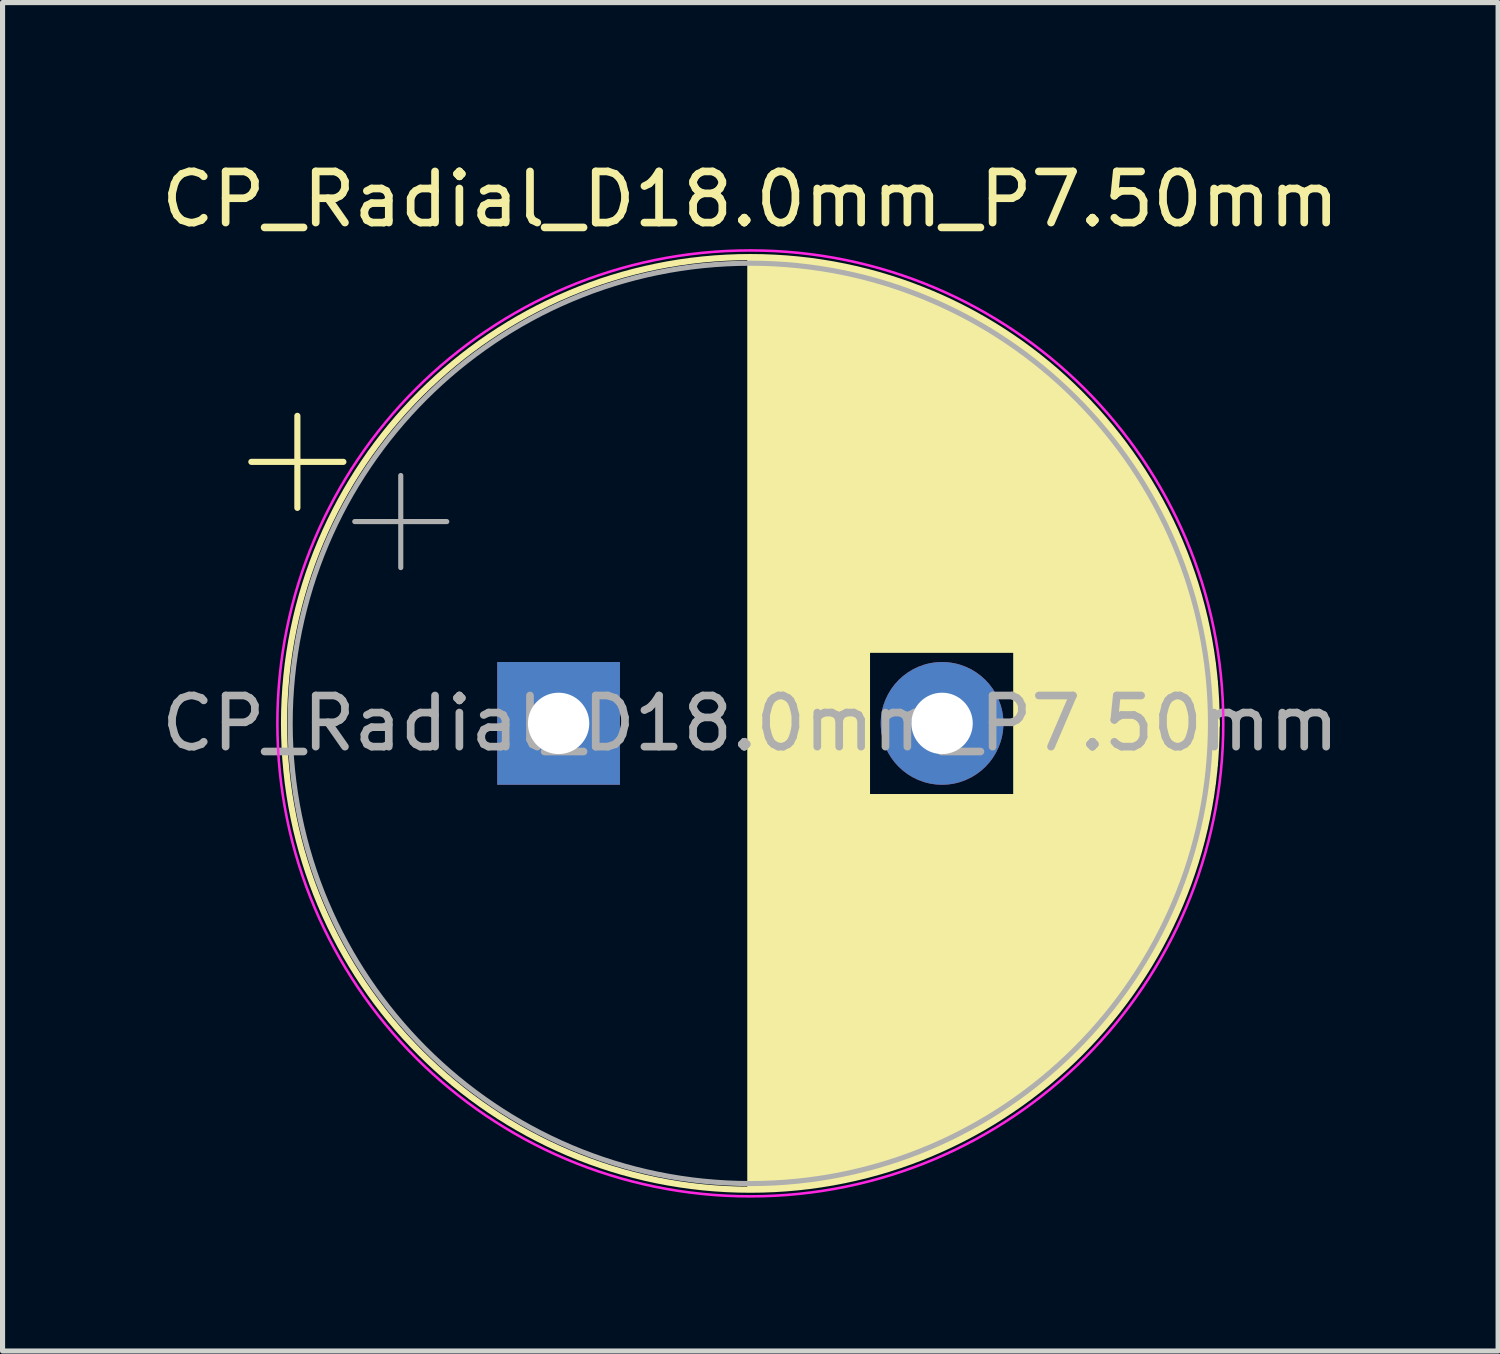
<source format=kicad_pcb>
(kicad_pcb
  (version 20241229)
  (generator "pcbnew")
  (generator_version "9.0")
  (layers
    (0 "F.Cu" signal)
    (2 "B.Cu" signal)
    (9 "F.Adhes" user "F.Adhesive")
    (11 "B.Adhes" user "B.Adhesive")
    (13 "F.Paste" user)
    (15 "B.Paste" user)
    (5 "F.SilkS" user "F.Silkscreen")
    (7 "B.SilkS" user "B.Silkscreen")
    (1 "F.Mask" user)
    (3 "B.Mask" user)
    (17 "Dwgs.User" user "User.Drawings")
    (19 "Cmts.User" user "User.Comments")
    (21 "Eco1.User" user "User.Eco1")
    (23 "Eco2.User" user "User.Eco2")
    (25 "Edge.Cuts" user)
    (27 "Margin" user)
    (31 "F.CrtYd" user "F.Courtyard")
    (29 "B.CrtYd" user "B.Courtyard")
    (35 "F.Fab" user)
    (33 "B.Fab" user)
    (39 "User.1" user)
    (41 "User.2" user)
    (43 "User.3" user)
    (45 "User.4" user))
  (footprint "CP_Radial_D18.0mm_P7.50mm"
    (layer "F.Cu")
    (at 7.875 11.098)
    (property "Reference" "CP_Radial_D18.0mm_P7.50mm" (at 3.75 -10.25 0) (layer "F.SilkS") (effects (font (size 1 1) (thickness 0.15))))
    (attr through_hole)
    (fp_line (start -6.009 -5.115) (end -4.209 -5.115) (stroke (width 0.12) (type solid)) (layer "F.SilkS"))
    (fp_line (start -5.109 -6.015) (end -5.109 -4.215) (stroke (width 0.12) (type solid)) (layer "F.SilkS"))
    (fp_line (start 3.75 -9.081) (end 3.75 9.081) (stroke (width 0.12) (type solid)) (layer "F.SilkS"))
    (fp_line (start 3.79 -9.08) (end 3.79 9.08) (stroke (width 0.12) (type solid)) (layer "F.SilkS"))
    (fp_line (start 3.83 -9.08) (end 3.83 9.08) (stroke (width 0.12) (type solid)) (layer "F.SilkS"))
    (fp_line (start 3.87 -9.08) (end 3.87 9.08) (stroke (width 0.12) (type solid)) (layer "F.SilkS"))
    (fp_line (start 3.91 -9.079) (end 3.91 9.079) (stroke (width 0.12) (type solid)) (layer "F.SilkS"))
    (fp_line (start 3.95 -9.078) (end 3.95 9.078) (stroke (width 0.12) (type solid)) (layer "F.SilkS"))
    (fp_line (start 3.99 -9.077) (end 3.99 9.077) (stroke (width 0.12) (type solid)) (layer "F.SilkS"))
    (fp_line (start 4.03 -9.076) (end 4.03 9.076) (stroke (width 0.12) (type solid)) (layer "F.SilkS"))
    (fp_line (start 4.07 -9.075) (end 4.07 9.075) (stroke (width 0.12) (type solid)) (layer "F.SilkS"))
    (fp_line (start 4.11 -9.073) (end 4.11 9.073) (stroke (width 0.12) (type solid)) (layer "F.SilkS"))
    (fp_line (start 4.15 -9.072) (end 4.15 9.072) (stroke (width 0.12) (type solid)) (layer "F.SilkS"))
    (fp_line (start 4.19 -9.07) (end 4.19 9.07) (stroke (width 0.12) (type solid)) (layer "F.SilkS"))
    (fp_line (start 4.23 -9.068) (end 4.23 9.068) (stroke (width 0.12) (type solid)) (layer "F.SilkS"))
    (fp_line (start 4.27 -9.066) (end 4.27 9.066) (stroke (width 0.12) (type solid)) (layer "F.SilkS"))
    (fp_line (start 4.31 -9.063) (end 4.31 9.063) (stroke (width 0.12) (type solid)) (layer "F.SilkS"))
    (fp_line (start 4.35 -9.061) (end 4.35 9.061) (stroke (width 0.12) (type solid)) (layer "F.SilkS"))
    (fp_line (start 4.39 -9.058) (end 4.39 9.058) (stroke (width 0.12) (type solid)) (layer "F.SilkS"))
    (fp_line (start 4.43 -9.055) (end 4.43 9.055) (stroke (width 0.12) (type solid)) (layer "F.SilkS"))
    (fp_line (start 4.471 -9.052) (end 4.471 9.052) (stroke (width 0.12) (type solid)) (layer "F.SilkS"))
    (fp_line (start 4.511 -9.049) (end 4.511 9.049) (stroke (width 0.12) (type solid)) (layer "F.SilkS"))
    (fp_line (start 4.551 -9.045) (end 4.551 9.045) (stroke (width 0.12) (type solid)) (layer "F.SilkS"))
    (fp_line (start 4.591 -9.042) (end 4.591 9.042) (stroke (width 0.12) (type solid)) (layer "F.SilkS"))
    (fp_line (start 4.631 -9.038) (end 4.631 9.038) (stroke (width 0.12) (type solid)) (layer "F.SilkS"))
    (fp_line (start 4.671 -9.034) (end 4.671 9.034) (stroke (width 0.12) (type solid)) (layer "F.SilkS"))
    (fp_line (start 4.711 -9.03) (end 4.711 9.03) (stroke (width 0.12) (type solid)) (layer "F.SilkS"))
    (fp_line (start 4.751 -9.026) (end 4.751 9.026) (stroke (width 0.12) (type solid)) (layer "F.SilkS"))
    (fp_line (start 4.791 -9.021) (end 4.791 9.021) (stroke (width 0.12) (type solid)) (layer "F.SilkS"))
    (fp_line (start 4.831 -9.016) (end 4.831 9.016) (stroke (width 0.12) (type solid)) (layer "F.SilkS"))
    (fp_line (start 4.871 -9.011) (end 4.871 9.011) (stroke (width 0.12) (type solid)) (layer "F.SilkS"))
    (fp_line (start 4.911 -9.006) (end 4.911 9.006) (stroke (width 0.12) (type solid)) (layer "F.SilkS"))
    (fp_line (start 4.951 -9.001) (end 4.951 9.001) (stroke (width 0.12) (type solid)) (layer "F.SilkS"))
    (fp_line (start 4.991 -8.996) (end 4.991 8.996) (stroke (width 0.12) (type solid)) (layer "F.SilkS"))
    (fp_line (start 5.031 -8.99) (end 5.031 8.99) (stroke (width 0.12) (type solid)) (layer "F.SilkS"))
    (fp_line (start 5.071 -8.984) (end 5.071 8.984) (stroke (width 0.12) (type solid)) (layer "F.SilkS"))
    (fp_line (start 5.111 -8.979) (end 5.111 8.979) (stroke (width 0.12) (type solid)) (layer "F.SilkS"))
    (fp_line (start 5.151 -8.972) (end 5.151 8.972) (stroke (width 0.12) (type solid)) (layer "F.SilkS"))
    (fp_line (start 5.191 -8.966) (end 5.191 8.966) (stroke (width 0.12) (type solid)) (layer "F.SilkS"))
    (fp_line (start 5.231 -8.96) (end 5.231 8.96) (stroke (width 0.12) (type solid)) (layer "F.SilkS"))
    (fp_line (start 5.271 -8.953) (end 5.271 8.953) (stroke (width 0.12) (type solid)) (layer "F.SilkS"))
    (fp_line (start 5.311 -8.946) (end 5.311 8.946) (stroke (width 0.12) (type solid)) (layer "F.SilkS"))
    (fp_line (start 5.351 -8.939) (end 5.351 8.939) (stroke (width 0.12) (type solid)) (layer "F.SilkS"))
    (fp_line (start 5.391 -8.932) (end 5.391 8.932) (stroke (width 0.12) (type solid)) (layer "F.SilkS"))
    (fp_line (start 5.431 -8.924) (end 5.431 8.924) (stroke (width 0.12) (type solid)) (layer "F.SilkS"))
    (fp_line (start 5.471 -8.917) (end 5.471 8.917) (stroke (width 0.12) (type solid)) (layer "F.SilkS"))
    (fp_line (start 5.511 -8.909) (end 5.511 8.909) (stroke (width 0.12) (type solid)) (layer "F.SilkS"))
    (fp_line (start 5.551 -8.901) (end 5.551 8.901) (stroke (width 0.12) (type solid)) (layer "F.SilkS"))
    (fp_line (start 5.591 -8.893) (end 5.591 8.893) (stroke (width 0.12) (type solid)) (layer "F.SilkS"))
    (fp_line (start 5.631 -8.885) (end 5.631 8.885) (stroke (width 0.12) (type solid)) (layer "F.SilkS"))
    (fp_line (start 5.671 -8.876) (end 5.671 8.876) (stroke (width 0.12) (type solid)) (layer "F.SilkS"))
    (fp_line (start 5.711 -8.867) (end 5.711 8.867) (stroke (width 0.12) (type solid)) (layer "F.SilkS"))
    (fp_line (start 5.751 -8.858) (end 5.751 8.858) (stroke (width 0.12) (type solid)) (layer "F.SilkS"))
    (fp_line (start 5.791 -8.849) (end 5.791 8.849) (stroke (width 0.12) (type solid)) (layer "F.SilkS"))
    (fp_line (start 5.831 -8.84) (end 5.831 8.84) (stroke (width 0.12) (type solid)) (layer "F.SilkS"))
    (fp_line (start 5.871 -8.831) (end 5.871 8.831) (stroke (width 0.12) (type solid)) (layer "F.SilkS"))
    (fp_line (start 5.911 -8.821) (end 5.911 8.821) (stroke (width 0.12) (type solid)) (layer "F.SilkS"))
    (fp_line (start 5.951 -8.811) (end 5.951 8.811) (stroke (width 0.12) (type solid)) (layer "F.SilkS"))
    (fp_line (start 5.991 -8.801) (end 5.991 8.801) (stroke (width 0.12) (type solid)) (layer "F.SilkS"))
    (fp_line (start 6.031 -8.791) (end 6.031 8.791) (stroke (width 0.12) (type solid)) (layer "F.SilkS"))
    (fp_line (start 6.071 -8.78) (end 6.071 -1.44) (stroke (width 0.12) (type solid)) (layer "F.SilkS"))
    (fp_line (start 6.071 1.44) (end 6.071 8.78) (stroke (width 0.12) (type solid)) (layer "F.SilkS"))
    (fp_line (start 6.111 -8.77) (end 6.111 -1.44) (stroke (width 0.12) (type solid)) (layer "F.SilkS"))
    (fp_line (start 6.111 1.44) (end 6.111 8.77) (stroke (width 0.12) (type solid)) (layer "F.SilkS"))
    (fp_line (start 6.151 -8.759) (end 6.151 -1.44) (stroke (width 0.12) (type solid)) (layer "F.SilkS"))
    (fp_line (start 6.151 1.44) (end 6.151 8.759) (stroke (width 0.12) (type solid)) (layer "F.SilkS"))
    (fp_line (start 6.191 -8.748) (end 6.191 -1.44) (stroke (width 0.12) (type solid)) (layer "F.SilkS"))
    (fp_line (start 6.191 1.44) (end 6.191 8.748) (stroke (width 0.12) (type solid)) (layer "F.SilkS"))
    (fp_line (start 6.231 -8.737) (end 6.231 -1.44) (stroke (width 0.12) (type solid)) (layer "F.SilkS"))
    (fp_line (start 6.231 1.44) (end 6.231 8.737) (stroke (width 0.12) (type solid)) (layer "F.SilkS"))
    (fp_line (start 6.271 -8.725) (end 6.271 -1.44) (stroke (width 0.12) (type solid)) (layer "F.SilkS"))
    (fp_line (start 6.271 1.44) (end 6.271 8.725) (stroke (width 0.12) (type solid)) (layer "F.SilkS"))
    (fp_line (start 6.311 -8.714) (end 6.311 -1.44) (stroke (width 0.12) (type solid)) (layer "F.SilkS"))
    (fp_line (start 6.311 1.44) (end 6.311 8.714) (stroke (width 0.12) (type solid)) (layer "F.SilkS"))
    (fp_line (start 6.351 -8.702) (end 6.351 -1.44) (stroke (width 0.12) (type solid)) (layer "F.SilkS"))
    (fp_line (start 6.351 1.44) (end 6.351 8.702) (stroke (width 0.12) (type solid)) (layer "F.SilkS"))
    (fp_line (start 6.391 -8.69) (end 6.391 -1.44) (stroke (width 0.12) (type solid)) (layer "F.SilkS"))
    (fp_line (start 6.391 1.44) (end 6.391 8.69) (stroke (width 0.12) (type solid)) (layer "F.SilkS"))
    (fp_line (start 6.431 -8.678) (end 6.431 -1.44) (stroke (width 0.12) (type solid)) (layer "F.SilkS"))
    (fp_line (start 6.431 1.44) (end 6.431 8.678) (stroke (width 0.12) (type solid)) (layer "F.SilkS"))
    (fp_line (start 6.471 -8.665) (end 6.471 -1.44) (stroke (width 0.12) (type solid)) (layer "F.SilkS"))
    (fp_line (start 6.471 1.44) (end 6.471 8.665) (stroke (width 0.12) (type solid)) (layer "F.SilkS"))
    (fp_line (start 6.511 -8.653) (end 6.511 -1.44) (stroke (width 0.12) (type solid)) (layer "F.SilkS"))
    (fp_line (start 6.511 1.44) (end 6.511 8.653) (stroke (width 0.12) (type solid)) (layer "F.SilkS"))
    (fp_line (start 6.551 -8.64) (end 6.551 -1.44) (stroke (width 0.12) (type solid)) (layer "F.SilkS"))
    (fp_line (start 6.551 1.44) (end 6.551 8.64) (stroke (width 0.12) (type solid)) (layer "F.SilkS"))
    (fp_line (start 6.591 -8.627) (end 6.591 -1.44) (stroke (width 0.12) (type solid)) (layer "F.SilkS"))
    (fp_line (start 6.591 1.44) (end 6.591 8.627) (stroke (width 0.12) (type solid)) (layer "F.SilkS"))
    (fp_line (start 6.631 -8.614) (end 6.631 -1.44) (stroke (width 0.12) (type solid)) (layer "F.SilkS"))
    (fp_line (start 6.631 1.44) (end 6.631 8.614) (stroke (width 0.12) (type solid)) (layer "F.SilkS"))
    (fp_line (start 6.671 -8.6) (end 6.671 -1.44) (stroke (width 0.12) (type solid)) (layer "F.SilkS"))
    (fp_line (start 6.671 1.44) (end 6.671 8.6) (stroke (width 0.12) (type solid)) (layer "F.SilkS"))
    (fp_line (start 6.711 -8.587) (end 6.711 -1.44) (stroke (width 0.12) (type solid)) (layer "F.SilkS"))
    (fp_line (start 6.711 1.44) (end 6.711 8.587) (stroke (width 0.12) (type solid)) (layer "F.SilkS"))
    (fp_line (start 6.751 -8.573) (end 6.751 -1.44) (stroke (width 0.12) (type solid)) (layer "F.SilkS"))
    (fp_line (start 6.751 1.44) (end 6.751 8.573) (stroke (width 0.12) (type solid)) (layer "F.SilkS"))
    (fp_line (start 6.791 -8.559) (end 6.791 -1.44) (stroke (width 0.12) (type solid)) (layer "F.SilkS"))
    (fp_line (start 6.791 1.44) (end 6.791 8.559) (stroke (width 0.12) (type solid)) (layer "F.SilkS"))
    (fp_line (start 6.831 -8.545) (end 6.831 -1.44) (stroke (width 0.12) (type solid)) (layer "F.SilkS"))
    (fp_line (start 6.831 1.44) (end 6.831 8.545) (stroke (width 0.12) (type solid)) (layer "F.SilkS"))
    (fp_line (start 6.871 -8.53) (end 6.871 -1.44) (stroke (width 0.12) (type solid)) (layer "F.SilkS"))
    (fp_line (start 6.871 1.44) (end 6.871 8.53) (stroke (width 0.12) (type solid)) (layer "F.SilkS"))
    (fp_line (start 6.911 -8.516) (end 6.911 -1.44) (stroke (width 0.12) (type solid)) (layer "F.SilkS"))
    (fp_line (start 6.911 1.44) (end 6.911 8.516) (stroke (width 0.12) (type solid)) (layer "F.SilkS"))
    (fp_line (start 6.951 -8.501) (end 6.951 -1.44) (stroke (width 0.12) (type solid)) (layer "F.SilkS"))
    (fp_line (start 6.951 1.44) (end 6.951 8.501) (stroke (width 0.12) (type solid)) (layer "F.SilkS"))
    (fp_line (start 6.991 -8.486) (end 6.991 -1.44) (stroke (width 0.12) (type solid)) (layer "F.SilkS"))
    (fp_line (start 6.991 1.44) (end 6.991 8.486) (stroke (width 0.12) (type solid)) (layer "F.SilkS"))
    (fp_line (start 7.031 -8.47) (end 7.031 -1.44) (stroke (width 0.12) (type solid)) (layer "F.SilkS"))
    (fp_line (start 7.031 1.44) (end 7.031 8.47) (stroke (width 0.12) (type solid)) (layer "F.SilkS"))
    (fp_line (start 7.071 -8.455) (end 7.071 -1.44) (stroke (width 0.12) (type solid)) (layer "F.SilkS"))
    (fp_line (start 7.071 1.44) (end 7.071 8.455) (stroke (width 0.12) (type solid)) (layer "F.SilkS"))
    (fp_line (start 7.111 -8.439) (end 7.111 -1.44) (stroke (width 0.12) (type solid)) (layer "F.SilkS"))
    (fp_line (start 7.111 1.44) (end 7.111 8.439) (stroke (width 0.12) (type solid)) (layer "F.SilkS"))
    (fp_line (start 7.151 -8.423) (end 7.151 -1.44) (stroke (width 0.12) (type solid)) (layer "F.SilkS"))
    (fp_line (start 7.151 1.44) (end 7.151 8.423) (stroke (width 0.12) (type solid)) (layer "F.SilkS"))
    (fp_line (start 7.191 -8.407) (end 7.191 -1.44) (stroke (width 0.12) (type solid)) (layer "F.SilkS"))
    (fp_line (start 7.191 1.44) (end 7.191 8.407) (stroke (width 0.12) (type solid)) (layer "F.SilkS"))
    (fp_line (start 7.231 -8.39) (end 7.231 -1.44) (stroke (width 0.12) (type solid)) (layer "F.SilkS"))
    (fp_line (start 7.231 1.44) (end 7.231 8.39) (stroke (width 0.12) (type solid)) (layer "F.SilkS"))
    (fp_line (start 7.271 -8.374) (end 7.271 -1.44) (stroke (width 0.12) (type solid)) (layer "F.SilkS"))
    (fp_line (start 7.271 1.44) (end 7.271 8.374) (stroke (width 0.12) (type solid)) (layer "F.SilkS"))
    (fp_line (start 7.311 -8.357) (end 7.311 -1.44) (stroke (width 0.12) (type solid)) (layer "F.SilkS"))
    (fp_line (start 7.311 1.44) (end 7.311 8.357) (stroke (width 0.12) (type solid)) (layer "F.SilkS"))
    (fp_line (start 7.351 -8.34) (end 7.351 -1.44) (stroke (width 0.12) (type solid)) (layer "F.SilkS"))
    (fp_line (start 7.351 1.44) (end 7.351 8.34) (stroke (width 0.12) (type solid)) (layer "F.SilkS"))
    (fp_line (start 7.391 -8.323) (end 7.391 -1.44) (stroke (width 0.12) (type solid)) (layer "F.SilkS"))
    (fp_line (start 7.391 1.44) (end 7.391 8.323) (stroke (width 0.12) (type solid)) (layer "F.SilkS"))
    (fp_line (start 7.431 -8.305) (end 7.431 -1.44) (stroke (width 0.12) (type solid)) (layer "F.SilkS"))
    (fp_line (start 7.431 1.44) (end 7.431 8.305) (stroke (width 0.12) (type solid)) (layer "F.SilkS"))
    (fp_line (start 7.471 -8.287) (end 7.471 -1.44) (stroke (width 0.12) (type solid)) (layer "F.SilkS"))
    (fp_line (start 7.471 1.44) (end 7.471 8.287) (stroke (width 0.12) (type solid)) (layer "F.SilkS"))
    (fp_line (start 7.511 -8.269) (end 7.511 -1.44) (stroke (width 0.12) (type solid)) (layer "F.SilkS"))
    (fp_line (start 7.511 1.44) (end 7.511 8.269) (stroke (width 0.12) (type solid)) (layer "F.SilkS"))
    (fp_line (start 7.551 -8.251) (end 7.551 -1.44) (stroke (width 0.12) (type solid)) (layer "F.SilkS"))
    (fp_line (start 7.551 1.44) (end 7.551 8.251) (stroke (width 0.12) (type solid)) (layer "F.SilkS"))
    (fp_line (start 7.591 -8.233) (end 7.591 -1.44) (stroke (width 0.12) (type solid)) (layer "F.SilkS"))
    (fp_line (start 7.591 1.44) (end 7.591 8.233) (stroke (width 0.12) (type solid)) (layer "F.SilkS"))
    (fp_line (start 7.631 -8.214) (end 7.631 -1.44) (stroke (width 0.12) (type solid)) (layer "F.SilkS"))
    (fp_line (start 7.631 1.44) (end 7.631 8.214) (stroke (width 0.12) (type solid)) (layer "F.SilkS"))
    (fp_line (start 7.671 -8.195) (end 7.671 -1.44) (stroke (width 0.12) (type solid)) (layer "F.SilkS"))
    (fp_line (start 7.671 1.44) (end 7.671 8.195) (stroke (width 0.12) (type solid)) (layer "F.SilkS"))
    (fp_line (start 7.711 -8.176) (end 7.711 -1.44) (stroke (width 0.12) (type solid)) (layer "F.SilkS"))
    (fp_line (start 7.711 1.44) (end 7.711 8.176) (stroke (width 0.12) (type solid)) (layer "F.SilkS"))
    (fp_line (start 7.751 -8.156) (end 7.751 -1.44) (stroke (width 0.12) (type solid)) (layer "F.SilkS"))
    (fp_line (start 7.751 1.44) (end 7.751 8.156) (stroke (width 0.12) (type solid)) (layer "F.SilkS"))
    (fp_line (start 7.791 -8.137) (end 7.791 -1.44) (stroke (width 0.12) (type solid)) (layer "F.SilkS"))
    (fp_line (start 7.791 1.44) (end 7.791 8.137) (stroke (width 0.12) (type solid)) (layer "F.SilkS"))
    (fp_line (start 7.831 -8.117) (end 7.831 -1.44) (stroke (width 0.12) (type solid)) (layer "F.SilkS"))
    (fp_line (start 7.831 1.44) (end 7.831 8.117) (stroke (width 0.12) (type solid)) (layer "F.SilkS"))
    (fp_line (start 7.871 -8.097) (end 7.871 -1.44) (stroke (width 0.12) (type solid)) (layer "F.SilkS"))
    (fp_line (start 7.871 1.44) (end 7.871 8.097) (stroke (width 0.12) (type solid)) (layer "F.SilkS"))
    (fp_line (start 7.911 -8.076) (end 7.911 -1.44) (stroke (width 0.12) (type solid)) (layer "F.SilkS"))
    (fp_line (start 7.911 1.44) (end 7.911 8.076) (stroke (width 0.12) (type solid)) (layer "F.SilkS"))
    (fp_line (start 7.951 -8.056) (end 7.951 -1.44) (stroke (width 0.12) (type solid)) (layer "F.SilkS"))
    (fp_line (start 7.951 1.44) (end 7.951 8.056) (stroke (width 0.12) (type solid)) (layer "F.SilkS"))
    (fp_line (start 7.991 -8.035) (end 7.991 -1.44) (stroke (width 0.12) (type solid)) (layer "F.SilkS"))
    (fp_line (start 7.991 1.44) (end 7.991 8.035) (stroke (width 0.12) (type solid)) (layer "F.SilkS"))
    (fp_line (start 8.031 -8.014) (end 8.031 -1.44) (stroke (width 0.12) (type solid)) (layer "F.SilkS"))
    (fp_line (start 8.031 1.44) (end 8.031 8.014) (stroke (width 0.12) (type solid)) (layer "F.SilkS"))
    (fp_line (start 8.071 -7.992) (end 8.071 -1.44) (stroke (width 0.12) (type solid)) (layer "F.SilkS"))
    (fp_line (start 8.071 1.44) (end 8.071 7.992) (stroke (width 0.12) (type solid)) (layer "F.SilkS"))
    (fp_line (start 8.111 -7.971) (end 8.111 -1.44) (stroke (width 0.12) (type solid)) (layer "F.SilkS"))
    (fp_line (start 8.111 1.44) (end 8.111 7.971) (stroke (width 0.12) (type solid)) (layer "F.SilkS"))
    (fp_line (start 8.151 -7.949) (end 8.151 -1.44) (stroke (width 0.12) (type solid)) (layer "F.SilkS"))
    (fp_line (start 8.151 1.44) (end 8.151 7.949) (stroke (width 0.12) (type solid)) (layer "F.SilkS"))
    (fp_line (start 8.191 -7.927) (end 8.191 -1.44) (stroke (width 0.12) (type solid)) (layer "F.SilkS"))
    (fp_line (start 8.191 1.44) (end 8.191 7.927) (stroke (width 0.12) (type solid)) (layer "F.SilkS"))
    (fp_line (start 8.231 -7.904) (end 8.231 -1.44) (stroke (width 0.12) (type solid)) (layer "F.SilkS"))
    (fp_line (start 8.231 1.44) (end 8.231 7.904) (stroke (width 0.12) (type solid)) (layer "F.SilkS"))
    (fp_line (start 8.271 -7.882) (end 8.271 -1.44) (stroke (width 0.12) (type solid)) (layer "F.SilkS"))
    (fp_line (start 8.271 1.44) (end 8.271 7.882) (stroke (width 0.12) (type solid)) (layer "F.SilkS"))
    (fp_line (start 8.311 -7.859) (end 8.311 -1.44) (stroke (width 0.12) (type solid)) (layer "F.SilkS"))
    (fp_line (start 8.311 1.44) (end 8.311 7.859) (stroke (width 0.12) (type solid)) (layer "F.SilkS"))
    (fp_line (start 8.351 -7.835) (end 8.351 -1.44) (stroke (width 0.12) (type solid)) (layer "F.SilkS"))
    (fp_line (start 8.351 1.44) (end 8.351 7.835) (stroke (width 0.12) (type solid)) (layer "F.SilkS"))
    (fp_line (start 8.391 -7.812) (end 8.391 -1.44) (stroke (width 0.12) (type solid)) (layer "F.SilkS"))
    (fp_line (start 8.391 1.44) (end 8.391 7.812) (stroke (width 0.12) (type solid)) (layer "F.SilkS"))
    (fp_line (start 8.431 -7.788) (end 8.431 -1.44) (stroke (width 0.12) (type solid)) (layer "F.SilkS"))
    (fp_line (start 8.431 1.44) (end 8.431 7.788) (stroke (width 0.12) (type solid)) (layer "F.SilkS"))
    (fp_line (start 8.471 -7.764) (end 8.471 -1.44) (stroke (width 0.12) (type solid)) (layer "F.SilkS"))
    (fp_line (start 8.471 1.44) (end 8.471 7.764) (stroke (width 0.12) (type solid)) (layer "F.SilkS"))
    (fp_line (start 8.511 -7.74) (end 8.511 -1.44) (stroke (width 0.12) (type solid)) (layer "F.SilkS"))
    (fp_line (start 8.511 1.44) (end 8.511 7.74) (stroke (width 0.12) (type solid)) (layer "F.SilkS"))
    (fp_line (start 8.551 -7.715) (end 8.551 -1.44) (stroke (width 0.12) (type solid)) (layer "F.SilkS"))
    (fp_line (start 8.551 1.44) (end 8.551 7.715) (stroke (width 0.12) (type solid)) (layer "F.SilkS"))
    (fp_line (start 8.591 -7.69) (end 8.591 -1.44) (stroke (width 0.12) (type solid)) (layer "F.SilkS"))
    (fp_line (start 8.591 1.44) (end 8.591 7.69) (stroke (width 0.12) (type solid)) (layer "F.SilkS"))
    (fp_line (start 8.631 -7.665) (end 8.631 -1.44) (stroke (width 0.12) (type solid)) (layer "F.SilkS"))
    (fp_line (start 8.631 1.44) (end 8.631 7.665) (stroke (width 0.12) (type solid)) (layer "F.SilkS"))
    (fp_line (start 8.671 -7.64) (end 8.671 -1.44) (stroke (width 0.12) (type solid)) (layer "F.SilkS"))
    (fp_line (start 8.671 1.44) (end 8.671 7.64) (stroke (width 0.12) (type solid)) (layer "F.SilkS"))
    (fp_line (start 8.711 -7.614) (end 8.711 -1.44) (stroke (width 0.12) (type solid)) (layer "F.SilkS"))
    (fp_line (start 8.711 1.44) (end 8.711 7.614) (stroke (width 0.12) (type solid)) (layer "F.SilkS"))
    (fp_line (start 8.751 -7.588) (end 8.751 -1.44) (stroke (width 0.12) (type solid)) (layer "F.SilkS"))
    (fp_line (start 8.751 1.44) (end 8.751 7.588) (stroke (width 0.12) (type solid)) (layer "F.SilkS"))
    (fp_line (start 8.791 -7.561) (end 8.791 -1.44) (stroke (width 0.12) (type solid)) (layer "F.SilkS"))
    (fp_line (start 8.791 1.44) (end 8.791 7.561) (stroke (width 0.12) (type solid)) (layer "F.SilkS"))
    (fp_line (start 8.831 -7.535) (end 8.831 -1.44) (stroke (width 0.12) (type solid)) (layer "F.SilkS"))
    (fp_line (start 8.831 1.44) (end 8.831 7.535) (stroke (width 0.12) (type solid)) (layer "F.SilkS"))
    (fp_line (start 8.871 -7.508) (end 8.871 -1.44) (stroke (width 0.12) (type solid)) (layer "F.SilkS"))
    (fp_line (start 8.871 1.44) (end 8.871 7.508) (stroke (width 0.12) (type solid)) (layer "F.SilkS"))
    (fp_line (start 8.911 -7.48) (end 8.911 -1.44) (stroke (width 0.12) (type solid)) (layer "F.SilkS"))
    (fp_line (start 8.911 1.44) (end 8.911 7.48) (stroke (width 0.12) (type solid)) (layer "F.SilkS"))
    (fp_line (start 8.951 -7.453) (end 8.951 7.453) (stroke (width 0.12) (type solid)) (layer "F.SilkS"))
    (fp_line (start 8.991 -7.425) (end 8.991 7.425) (stroke (width 0.12) (type solid)) (layer "F.SilkS"))
    (fp_line (start 9.031 -7.397) (end 9.031 7.397) (stroke (width 0.12) (type solid)) (layer "F.SilkS"))
    (fp_line (start 9.071 -7.368) (end 9.071 7.368) (stroke (width 0.12) (type solid)) (layer "F.SilkS"))
    (fp_line (start 9.111 -7.339) (end 9.111 7.339) (stroke (width 0.12) (type solid)) (layer "F.SilkS"))
    (fp_line (start 9.151 -7.31) (end 9.151 7.31) (stroke (width 0.12) (type solid)) (layer "F.SilkS"))
    (fp_line (start 9.191 -7.28) (end 9.191 7.28) (stroke (width 0.12) (type solid)) (layer "F.SilkS"))
    (fp_line (start 9.231 -7.25) (end 9.231 7.25) (stroke (width 0.12) (type solid)) (layer "F.SilkS"))
    (fp_line (start 9.271 -7.22) (end 9.271 7.22) (stroke (width 0.12) (type solid)) (layer "F.SilkS"))
    (fp_line (start 9.311 -7.19) (end 9.311 7.19) (stroke (width 0.12) (type solid)) (layer "F.SilkS"))
    (fp_line (start 9.351 -7.159) (end 9.351 7.159) (stroke (width 0.12) (type solid)) (layer "F.SilkS"))
    (fp_line (start 9.391 -7.127) (end 9.391 7.127) (stroke (width 0.12) (type solid)) (layer "F.SilkS"))
    (fp_line (start 9.431 -7.096) (end 9.431 7.096) (stroke (width 0.12) (type solid)) (layer "F.SilkS"))
    (fp_line (start 9.471 -7.064) (end 9.471 7.064) (stroke (width 0.12) (type solid)) (layer "F.SilkS"))
    (fp_line (start 9.511 -7.031) (end 9.511 7.031) (stroke (width 0.12) (type solid)) (layer "F.SilkS"))
    (fp_line (start 9.551 -6.999) (end 9.551 6.999) (stroke (width 0.12) (type solid)) (layer "F.SilkS"))
    (fp_line (start 9.591 -6.965) (end 9.591 6.965) (stroke (width 0.12) (type solid)) (layer "F.SilkS"))
    (fp_line (start 9.631 -6.932) (end 9.631 6.932) (stroke (width 0.12) (type solid)) (layer "F.SilkS"))
    (fp_line (start 9.671 -6.898) (end 9.671 6.898) (stroke (width 0.12) (type solid)) (layer "F.SilkS"))
    (fp_line (start 9.711 -6.864) (end 9.711 6.864) (stroke (width 0.12) (type solid)) (layer "F.SilkS"))
    (fp_line (start 9.751 -6.829) (end 9.751 6.829) (stroke (width 0.12) (type solid)) (layer "F.SilkS"))
    (fp_line (start 9.791 -6.794) (end 9.791 6.794) (stroke (width 0.12) (type solid)) (layer "F.SilkS"))
    (fp_line (start 9.831 -6.758) (end 9.831 6.758) (stroke (width 0.12) (type solid)) (layer "F.SilkS"))
    (fp_line (start 9.871 -6.722) (end 9.871 6.722) (stroke (width 0.12) (type solid)) (layer "F.SilkS"))
    (fp_line (start 9.911 -6.686) (end 9.911 6.686) (stroke (width 0.12) (type solid)) (layer "F.SilkS"))
    (fp_line (start 9.951 -6.649) (end 9.951 6.649) (stroke (width 0.12) (type solid)) (layer "F.SilkS"))
    (fp_line (start 9.991 -6.612) (end 9.991 6.612) (stroke (width 0.12) (type solid)) (layer "F.SilkS"))
    (fp_line (start 10.031 -6.574) (end 10.031 6.574) (stroke (width 0.12) (type solid)) (layer "F.SilkS"))
    (fp_line (start 10.071 -6.536) (end 10.071 6.536) (stroke (width 0.12) (type solid)) (layer "F.SilkS"))
    (fp_line (start 10.111 -6.497) (end 10.111 6.497) (stroke (width 0.12) (type solid)) (layer "F.SilkS"))
    (fp_line (start 10.151 -6.458) (end 10.151 6.458) (stroke (width 0.12) (type solid)) (layer "F.SilkS"))
    (fp_line (start 10.191 -6.418) (end 10.191 6.418) (stroke (width 0.12) (type solid)) (layer "F.SilkS"))
    (fp_line (start 10.231 -6.378) (end 10.231 6.378) (stroke (width 0.12) (type solid)) (layer "F.SilkS"))
    (fp_line (start 10.271 -6.337) (end 10.271 6.337) (stroke (width 0.12) (type solid)) (layer "F.SilkS"))
    (fp_line (start 10.311 -6.296) (end 10.311 6.296) (stroke (width 0.12) (type solid)) (layer "F.SilkS"))
    (fp_line (start 10.351 -6.254) (end 10.351 6.254) (stroke (width 0.12) (type solid)) (layer "F.SilkS"))
    (fp_line (start 10.391 -6.212) (end 10.391 6.212) (stroke (width 0.12) (type solid)) (layer "F.SilkS"))
    (fp_line (start 10.431 -6.17) (end 10.431 6.17) (stroke (width 0.12) (type solid)) (layer "F.SilkS"))
    (fp_line (start 10.471 -6.126) (end 10.471 6.126) (stroke (width 0.12) (type solid)) (layer "F.SilkS"))
    (fp_line (start 10.511 -6.082) (end 10.511 6.082) (stroke (width 0.12) (type solid)) (layer "F.SilkS"))
    (fp_line (start 10.551 -6.038) (end 10.551 6.038) (stroke (width 0.12) (type solid)) (layer "F.SilkS"))
    (fp_line (start 10.591 -5.993) (end 10.591 5.993) (stroke (width 0.12) (type solid)) (layer "F.SilkS"))
    (fp_line (start 10.631 -5.947) (end 10.631 5.947) (stroke (width 0.12) (type solid)) (layer "F.SilkS"))
    (fp_line (start 10.671 -5.901) (end 10.671 5.901) (stroke (width 0.12) (type solid)) (layer "F.SilkS"))
    (fp_line (start 10.711 -5.854) (end 10.711 5.854) (stroke (width 0.12) (type solid)) (layer "F.SilkS"))
    (fp_line (start 10.751 -5.806) (end 10.751 5.806) (stroke (width 0.12) (type solid)) (layer "F.SilkS"))
    (fp_line (start 10.791 -5.758) (end 10.791 5.758) (stroke (width 0.12) (type solid)) (layer "F.SilkS"))
    (fp_line (start 10.831 -5.709) (end 10.831 5.709) (stroke (width 0.12) (type solid)) (layer "F.SilkS"))
    (fp_line (start 10.871 -5.66) (end 10.871 5.66) (stroke (width 0.12) (type solid)) (layer "F.SilkS"))
    (fp_line (start 10.911 -5.609) (end 10.911 5.609) (stroke (width 0.12) (type solid)) (layer "F.SilkS"))
    (fp_line (start 10.951 -5.558) (end 10.951 5.558) (stroke (width 0.12) (type solid)) (layer "F.SilkS"))
    (fp_line (start 10.991 -5.506) (end 10.991 5.506) (stroke (width 0.12) (type solid)) (layer "F.SilkS"))
    (fp_line (start 11.031 -5.454) (end 11.031 5.454) (stroke (width 0.12) (type solid)) (layer "F.SilkS"))
    (fp_line (start 11.071 -5.4) (end 11.071 5.4) (stroke (width 0.12) (type solid)) (layer "F.SilkS"))
    (fp_line (start 11.111 -5.346) (end 11.111 5.346) (stroke (width 0.12) (type solid)) (layer "F.SilkS"))
    (fp_line (start 11.151 -5.291) (end 11.151 5.291) (stroke (width 0.12) (type solid)) (layer "F.SilkS"))
    (fp_line (start 11.191 -5.235) (end 11.191 5.235) (stroke (width 0.12) (type solid)) (layer "F.SilkS"))
    (fp_line (start 11.231 -5.178) (end 11.231 5.178) (stroke (width 0.12) (type solid)) (layer "F.SilkS"))
    (fp_line (start 11.271 -5.12) (end 11.271 5.12) (stroke (width 0.12) (type solid)) (layer "F.SilkS"))
    (fp_line (start 11.311 -5.062) (end 11.311 5.062) (stroke (width 0.12) (type solid)) (layer "F.SilkS"))
    (fp_line (start 11.351 -5.002) (end 11.351 5.002) (stroke (width 0.12) (type solid)) (layer "F.SilkS"))
    (fp_line (start 11.391 -4.941) (end 11.391 4.941) (stroke (width 0.12) (type solid)) (layer "F.SilkS"))
    (fp_line (start 11.431 -4.879) (end 11.431 4.879) (stroke (width 0.12) (type solid)) (layer "F.SilkS"))
    (fp_line (start 11.471 -4.816) (end 11.471 4.816) (stroke (width 0.12) (type solid)) (layer "F.SilkS"))
    (fp_line (start 11.511 -4.752) (end 11.511 4.752) (stroke (width 0.12) (type solid)) (layer "F.SilkS"))
    (fp_line (start 11.551 -4.686) (end 11.551 4.686) (stroke (width 0.12) (type solid)) (layer "F.SilkS"))
    (fp_line (start 11.591 -4.62) (end 11.591 4.62) (stroke (width 0.12) (type solid)) (layer "F.SilkS"))
    (fp_line (start 11.631 -4.552) (end 11.631 4.552) (stroke (width 0.12) (type solid)) (layer "F.SilkS"))
    (fp_line (start 11.671 -4.482) (end 11.671 4.482) (stroke (width 0.12) (type solid)) (layer "F.SilkS"))
    (fp_line (start 11.711 -4.412) (end 11.711 4.412) (stroke (width 0.12) (type solid)) (layer "F.SilkS"))
    (fp_line (start 11.751 -4.339) (end 11.751 4.339) (stroke (width 0.12) (type solid)) (layer "F.SilkS"))
    (fp_line (start 11.791 -4.265) (end 11.791 4.265) (stroke (width 0.12) (type solid)) (layer "F.SilkS"))
    (fp_line (start 11.831 -4.19) (end 11.831 4.19) (stroke (width 0.12) (type solid)) (layer "F.SilkS"))
    (fp_line (start 11.871 -4.113) (end 11.871 4.113) (stroke (width 0.12) (type solid)) (layer "F.SilkS"))
    (fp_line (start 11.911 -4.033) (end 11.911 4.033) (stroke (width 0.12) (type solid)) (layer "F.SilkS"))
    (fp_line (start 11.95 -3.952) (end 11.95 3.952) (stroke (width 0.12) (type solid)) (layer "F.SilkS"))
    (fp_line (start 11.99 -3.869) (end 11.99 3.869) (stroke (width 0.12) (type solid)) (layer "F.SilkS"))
    (fp_line (start 12.03 -3.784) (end 12.03 3.784) (stroke (width 0.12) (type solid)) (layer "F.SilkS"))
    (fp_line (start 12.07 -3.696) (end 12.07 3.696) (stroke (width 0.12) (type solid)) (layer "F.SilkS"))
    (fp_line (start 12.11 -3.605) (end 12.11 3.605) (stroke (width 0.12) (type solid)) (layer "F.SilkS"))
    (fp_line (start 12.15 -3.512) (end 12.15 3.512) (stroke (width 0.12) (type solid)) (layer "F.SilkS"))
    (fp_line (start 12.19 -3.416) (end 12.19 3.416) (stroke (width 0.12) (type solid)) (layer "F.SilkS"))
    (fp_line (start 12.23 -3.317) (end 12.23 3.317) (stroke (width 0.12) (type solid)) (layer "F.SilkS"))
    (fp_line (start 12.27 -3.214) (end 12.27 3.214) (stroke (width 0.12) (type solid)) (layer "F.SilkS"))
    (fp_line (start 12.31 -3.107) (end 12.31 3.107) (stroke (width 0.12) (type solid)) (layer "F.SilkS"))
    (fp_line (start 12.35 -2.996) (end 12.35 2.996) (stroke (width 0.12) (type solid)) (layer "F.SilkS"))
    (fp_line (start 12.39 -2.88) (end 12.39 2.88) (stroke (width 0.12) (type solid)) (layer "F.SilkS"))
    (fp_line (start 12.43 -2.759) (end 12.43 2.759) (stroke (width 0.12) (type solid)) (layer "F.SilkS"))
    (fp_line (start 12.47 -2.632) (end 12.47 2.632) (stroke (width 0.12) (type solid)) (layer "F.SilkS"))
    (fp_line (start 12.51 -2.498) (end 12.51 2.498) (stroke (width 0.12) (type solid)) (layer "F.SilkS"))
    (fp_line (start 12.55 -2.355) (end 12.55 2.355) (stroke (width 0.12) (type solid)) (layer "F.SilkS"))
    (fp_line (start 12.59 -2.203) (end 12.59 2.203) (stroke (width 0.12) (type solid)) (layer "F.SilkS"))
    (fp_line (start 12.63 -2.039) (end 12.63 2.039) (stroke (width 0.12) (type solid)) (layer "F.SilkS"))
    (fp_line (start 12.67 -1.86) (end 12.67 1.86) (stroke (width 0.12) (type solid)) (layer "F.SilkS"))
    (fp_line (start 12.71 -1.661) (end 12.71 1.661) (stroke (width 0.12) (type solid)) (layer "F.SilkS"))
    (fp_line (start 12.75 -1.435) (end 12.75 1.435) (stroke (width 0.12) (type solid)) (layer "F.SilkS"))
    (fp_line (start 12.79 -1.166) (end 12.79 1.166) (stroke (width 0.12) (type solid)) (layer "F.SilkS"))
    (fp_line (start 12.83 -0.814) (end 12.83 0.814) (stroke (width 0.12) (type solid)) (layer "F.SilkS"))
    (fp_line (start 12.87 -0.04) (end 12.87 0.04) (stroke (width 0.12) (type solid)) (layer "F.SilkS"))
    (fp_circle (center 3.75 0) (end 12.87 0) (stroke (width 0.12) (type solid)) (fill no) (layer "F.SilkS"))
    (fp_circle (center 3.75 0) (end 13 0) (stroke (width 0.05) (type solid)) (fill no) (layer "F.CrtYd"))
    (fp_line (start -3.987 -3.947) (end -2.187 -3.947) (stroke (width 0.1) (type solid)) (layer "F.Fab"))
    (fp_line (start -3.087 -4.848) (end -3.087 -3.047) (stroke (width 0.1) (type solid)) (layer "F.Fab"))
    (fp_circle (center 3.75 0) (end 12.75 0) (stroke (width 0.1) (type solid)) (fill no) (layer "F.Fab"))
    (fp_text user "${REFERENCE}" (at 3.75 0 0) (layer "F.Fab") (effects (font (size 1 1) (thickness 0.15))))
    (pad "1" thru_hole rect (at 0 0) (size 2.4 2.4) (drill 1.2) (layers "*.Cu" "*.Mask"))
    (pad "2" thru_hole circle (at 7.5 0) (size 2.4 2.4) (drill 1.2) (layers "*.Cu" "*.Mask")))
  (gr_rect
    (start -3 -3)
    (end 26.25 23.373)
    (stroke (width 0.1) (type default))
    (fill no)
    (layer "Edge.Cuts")))
</source>
